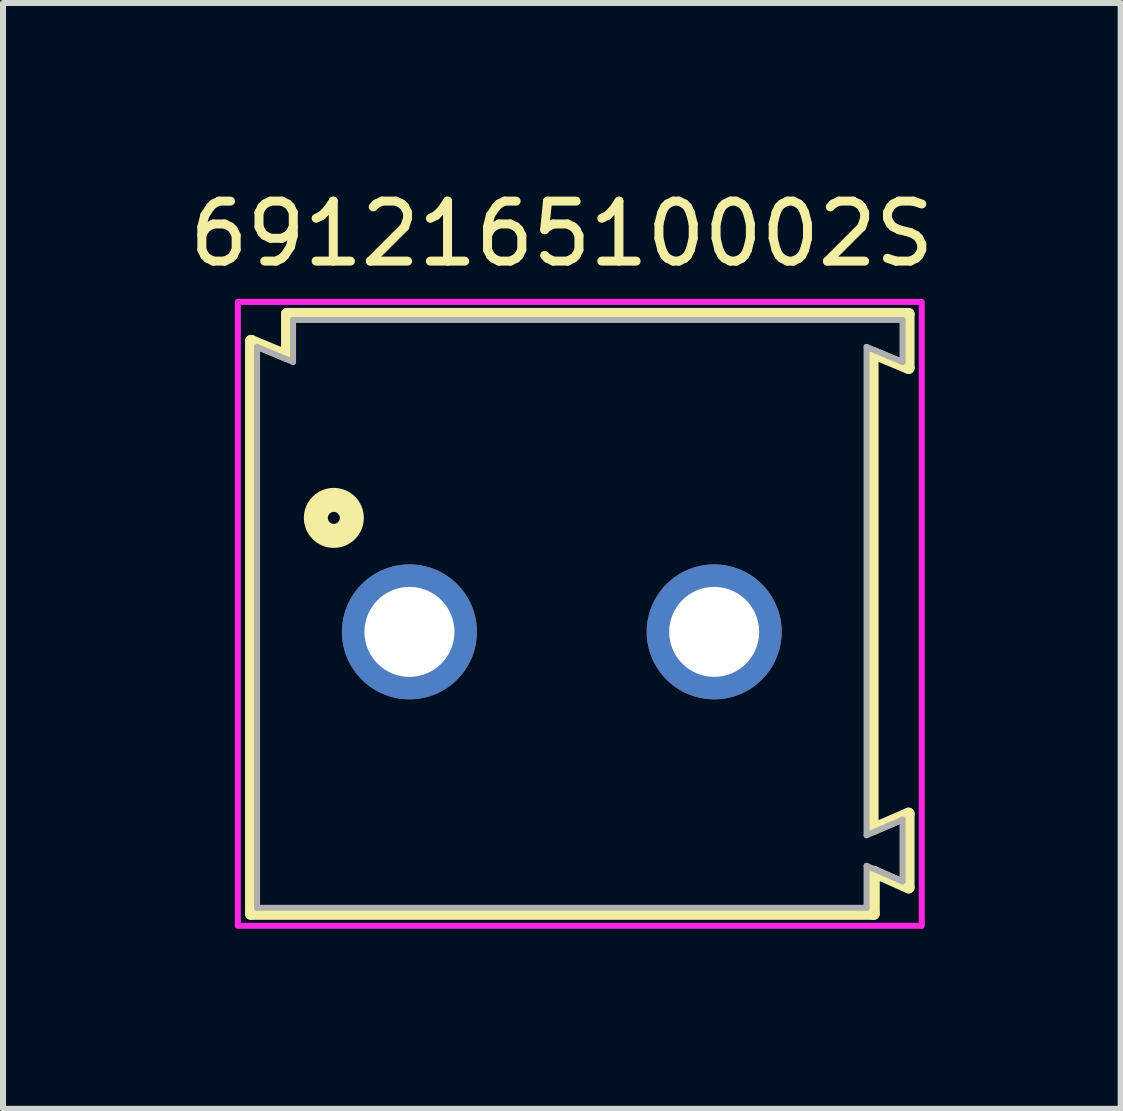
<source format=kicad_pcb>
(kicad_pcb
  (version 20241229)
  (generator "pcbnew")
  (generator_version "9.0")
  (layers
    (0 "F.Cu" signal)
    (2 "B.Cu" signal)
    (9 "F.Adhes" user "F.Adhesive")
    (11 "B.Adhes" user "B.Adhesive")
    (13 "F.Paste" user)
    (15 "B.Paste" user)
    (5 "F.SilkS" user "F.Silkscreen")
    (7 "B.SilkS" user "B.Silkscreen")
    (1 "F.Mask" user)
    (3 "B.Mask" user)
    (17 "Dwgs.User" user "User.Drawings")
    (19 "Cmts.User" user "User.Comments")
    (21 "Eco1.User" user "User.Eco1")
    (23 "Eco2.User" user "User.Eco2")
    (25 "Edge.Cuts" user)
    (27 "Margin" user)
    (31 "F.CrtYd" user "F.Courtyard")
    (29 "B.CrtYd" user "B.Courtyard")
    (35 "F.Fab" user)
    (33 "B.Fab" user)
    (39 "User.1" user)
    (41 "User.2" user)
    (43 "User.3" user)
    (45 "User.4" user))
  (footprint "691216510002S"
    (layer "F.Cu")
    (at 6.315 7.483)
    (property "Reference" "691216510002S" (at 0 -6.635 0) (layer "F.SilkS") (effects (font (size 1 1) (thickness 0.15))))
    (attr through_hole)
    (fp_line (start -5.18 -4.85) (end -4.58 -4.6) (stroke (width 0.2) (type solid)) (layer "F.SilkS"))
    (fp_line (start -5.18 4.7) (end -5.18 -4.85) (stroke (width 0.2) (type solid)) (layer "F.SilkS"))
    (fp_line (start -4.58 -5.3) (end 5.78 -5.3) (stroke (width 0.2) (type solid)) (layer "F.SilkS"))
    (fp_line (start -4.58 -4.6) (end -4.58 -5.3) (stroke (width 0.2) (type solid)) (layer "F.SilkS"))
    (fp_line (start 5.18 -4.65) (end 5.18 3.29) (stroke (width 0.2) (type solid)) (layer "F.SilkS"))
    (fp_line (start 5.18 3.29) (end 5.78 3.03) (stroke (width 0.2) (type solid)) (layer "F.SilkS"))
    (fp_line (start 5.2 4) (end 5.2 4.7) (stroke (width 0.2) (type solid)) (layer "F.SilkS"))
    (fp_line (start 5.2 4.7) (end -5.18 4.7) (stroke (width 0.2) (type solid)) (layer "F.SilkS"))
    (fp_line (start 5.78 -5.3) (end 5.78 -4.4) (stroke (width 0.2) (type solid)) (layer "F.SilkS"))
    (fp_line (start 5.78 -4.4) (end 5.18 -4.65) (stroke (width 0.2) (type solid)) (layer "F.SilkS"))
    (fp_line (start 5.78 3.03) (end 5.78 4.26) (stroke (width 0.2) (type solid)) (layer "F.SilkS"))
    (fp_line (start 5.78 4.26) (end 5.2 4) (stroke (width 0.2) (type solid)) (layer "F.SilkS"))
    (fp_circle (center -3.8 -1.9) (end -3.7 -1.9) (stroke (width 0.4) (type solid)) (fill no) (layer "F.SilkS"))
    (fp_poly (pts (xy -5.4 -5.5) (xy 6 -5.5) (xy 6 4.9) (xy -5.4 4.9)) (stroke (width 0.1) (type solid)) (fill no) (layer "F.CrtYd"))
    (fp_line (start -5.08 -4.75) (end -5.08 4.6) (stroke (width 0.1) (type solid)) (layer "F.Fab"))
    (fp_line (start -5.08 -4.75) (end -4.48 -4.5) (stroke (width 0.1) (type solid)) (layer "F.Fab"))
    (fp_line (start -5.08 4.6) (end 5.08 4.6) (stroke (width 0.1) (type solid)) (layer "F.Fab"))
    (fp_line (start -4.48 -5.2) (end 5.68 -5.2) (stroke (width 0.1) (type solid)) (layer "F.Fab"))
    (fp_line (start -4.48 -4.5) (end -4.48 -5.2) (stroke (width 0.1) (type solid)) (layer "F.Fab"))
    (fp_line (start 5.08 -4.75) (end 5.08 3.39) (stroke (width 0.1) (type solid)) (layer "F.Fab"))
    (fp_line (start 5.08 -4.75) (end 5.68 -4.5) (stroke (width 0.1) (type solid)) (layer "F.Fab"))
    (fp_line (start 5.08 3.39) (end 5.68 3.13) (stroke (width 0.1) (type solid)) (layer "F.Fab"))
    (fp_line (start 5.08 3.9) (end 5.08 4.6) (stroke (width 0.1) (type solid)) (layer "F.Fab"))
    (fp_line (start 5.08 3.9) (end 5.68 4.16) (stroke (width 0.1) (type solid)) (layer "F.Fab"))
    (fp_line (start 5.68 -5.2) (end 5.68 -4.5) (stroke (width 0.1) (type solid)) (layer "F.Fab"))
    (fp_line (start 5.68 3.13) (end 5.68 4.16) (stroke (width 0.1) (type solid)) (layer "F.Fab"))
    (pad "1" thru_hole circle (at -2.54 0) (size 2.25 2.25) (drill 1.5) (layers "*.Cu" "*.Mask"))
    (pad "2" thru_hole circle (at 2.54 0) (size 2.25 2.25) (drill 1.5) (layers "*.Cu" "*.Mask")))
  (gr_rect
    (start -3 -3)
    (end 15.631 15.433)
    (stroke (width 0.1) (type default))
    (fill no)
    (layer "Edge.Cuts")))
</source>
